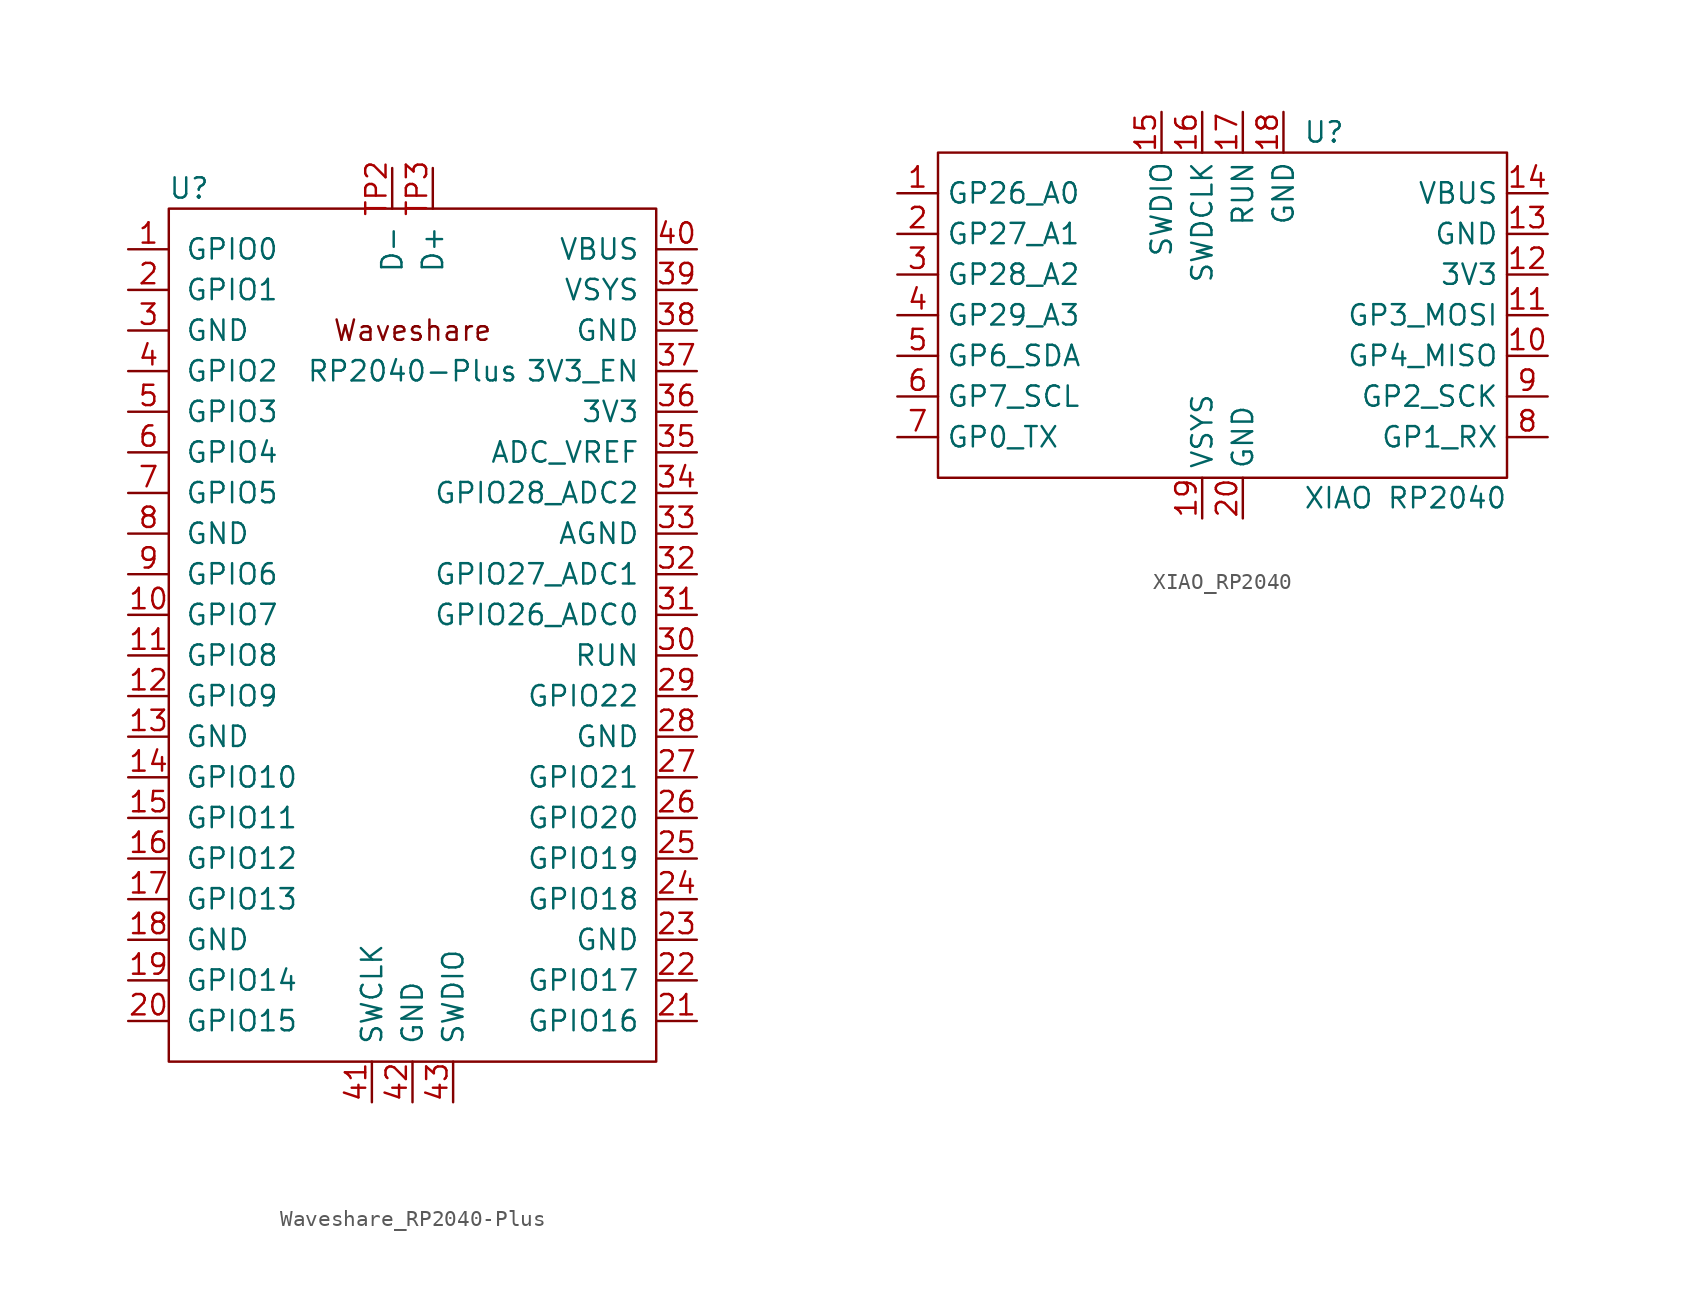
<source format=kicad_sym>
(kicad_symbol_lib
  (version 20231120)
  (generator "kicad_symbol_editor")
  (generator_version "8.0")
  (symbol "Waveshare_RP2040-Plus"
    (pin_names
      (offset 1.016))
    (property "Reference" "U"
      (at -13.97 27.94 0)
      (effects (font (size 1.27 1.27))))
    (property "Value" "RP2040-Plus"
      (at 0 16.51 0)
      (effects (font (size 1.27 1.27))))
    (symbol "Waveshare_RP2040-Plus_1_0"
      (text "Waveshare" (at 0 19.05 0) (effects (font (size 1.27 1.27)))))
    (symbol "Waveshare_RP2040-Plus_1_1"
      (rectangle (start -15.24 26.67) (end 15.24 -26.67) (stroke (width 0) (type default)) (fill (type none)))
      (pin bidirectional line (at -17.78 24.13 0) (length 2.54) (name "GPIO0" (effects (font (size 1.27 1.27)))) (number "1" (effects (font (size 1.27 1.27)))))
      (pin bidirectional line (at -17.78 1.27 0) (length 2.54) (name "GPIO7" (effects (font (size 1.27 1.27)))) (number "10" (effects (font (size 1.27 1.27)))))
      (pin bidirectional line (at -17.78 -1.27 0) (length 2.54) (name "GPIO8" (effects (font (size 1.27 1.27)))) (number "11" (effects (font (size 1.27 1.27)))))
      (pin bidirectional line (at -17.78 -3.81 0) (length 2.54) (name "GPIO9" (effects (font (size 1.27 1.27)))) (number "12" (effects (font (size 1.27 1.27)))))
      (pin power_in line (at -17.78 -6.35 0) (length 2.54) (name "GND" (effects (font (size 1.27 1.27)))) (number "13" (effects (font (size 1.27 1.27)))))
      (pin bidirectional line (at -17.78 -8.89 0) (length 2.54) (name "GPIO10" (effects (font (size 1.27 1.27)))) (number "14" (effects (font (size 1.27 1.27)))))
      (pin bidirectional line (at -17.78 -11.43 0) (length 2.54) (name "GPIO11" (effects (font (size 1.27 1.27)))) (number "15" (effects (font (size 1.27 1.27)))))
      (pin bidirectional line (at -17.78 -13.97 0) (length 2.54) (name "GPIO12" (effects (font (size 1.27 1.27)))) (number "16" (effects (font (size 1.27 1.27)))))
      (pin bidirectional line (at -17.78 -16.51 0) (length 2.54) (name "GPIO13" (effects (font (size 1.27 1.27)))) (number "17" (effects (font (size 1.27 1.27)))))
      (pin power_in line (at -17.78 -19.05 0) (length 2.54) (name "GND" (effects (font (size 1.27 1.27)))) (number "18" (effects (font (size 1.27 1.27)))))
      (pin bidirectional line (at -17.78 -21.59 0) (length 2.54) (name "GPIO14" (effects (font (size 1.27 1.27)))) (number "19" (effects (font (size 1.27 1.27)))))
      (pin bidirectional line (at -17.78 21.59 0) (length 2.54) (name "GPIO1" (effects (font (size 1.27 1.27)))) (number "2" (effects (font (size 1.27 1.27)))))
      (pin bidirectional line (at -17.78 -24.13 0) (length 2.54) (name "GPIO15" (effects (font (size 1.27 1.27)))) (number "20" (effects (font (size 1.27 1.27)))))
      (pin bidirectional line (at 17.78 -24.13 180) (length 2.54) (name "GPIO16" (effects (font (size 1.27 1.27)))) (number "21" (effects (font (size 1.27 1.27)))))
      (pin bidirectional line (at 17.78 -21.59 180) (length 2.54) (name "GPIO17" (effects (font (size 1.27 1.27)))) (number "22" (effects (font (size 1.27 1.27)))))
      (pin power_in line (at 17.78 -19.05 180) (length 2.54) (name "GND" (effects (font (size 1.27 1.27)))) (number "23" (effects (font (size 1.27 1.27)))))
      (pin bidirectional line (at 17.78 -16.51 180) (length 2.54) (name "GPIO18" (effects (font (size 1.27 1.27)))) (number "24" (effects (font (size 1.27 1.27)))))
      (pin bidirectional line (at 17.78 -13.97 180) (length 2.54) (name "GPIO19" (effects (font (size 1.27 1.27)))) (number "25" (effects (font (size 1.27 1.27)))))
      (pin bidirectional line (at 17.78 -11.43 180) (length 2.54) (name "GPIO20" (effects (font (size 1.27 1.27)))) (number "26" (effects (font (size 1.27 1.27)))))
      (pin bidirectional line (at 17.78 -8.89 180) (length 2.54) (name "GPIO21" (effects (font (size 1.27 1.27)))) (number "27" (effects (font (size 1.27 1.27)))))
      (pin power_in line (at 17.78 -6.35 180) (length 2.54) (name "GND" (effects (font (size 1.27 1.27)))) (number "28" (effects (font (size 1.27 1.27)))))
      (pin bidirectional line (at 17.78 -3.81 180) (length 2.54) (name "GPIO22" (effects (font (size 1.27 1.27)))) (number "29" (effects (font (size 1.27 1.27)))))
      (pin power_in line (at -17.78 19.05 0) (length 2.54) (name "GND" (effects (font (size 1.27 1.27)))) (number "3" (effects (font (size 1.27 1.27)))))
      (pin input line (at 17.78 -1.27 180) (length 2.54) (name "RUN" (effects (font (size 1.27 1.27)))) (number "30" (effects (font (size 1.27 1.27)))))
      (pin bidirectional line (at 17.78 1.27 180) (length 2.54) (name "GPIO26_ADC0" (effects (font (size 1.27 1.27)))) (number "31" (effects (font (size 1.27 1.27)))))
      (pin bidirectional line (at 17.78 3.81 180) (length 2.54) (name "GPIO27_ADC1" (effects (font (size 1.27 1.27)))) (number "32" (effects (font (size 1.27 1.27)))))
      (pin power_in line (at 17.78 6.35 180) (length 2.54) (name "AGND" (effects (font (size 1.27 1.27)))) (number "33" (effects (font (size 1.27 1.27)))))
      (pin bidirectional line (at 17.78 8.89 180) (length 2.54) (name "GPIO28_ADC2" (effects (font (size 1.27 1.27)))) (number "34" (effects (font (size 1.27 1.27)))))
      (pin bidirectional line (at 17.78 11.43 180) (length 2.54) (name "ADC_VREF" (effects (font (size 1.27 1.27)))) (number "35" (effects (font (size 1.27 1.27)))))
      (pin power_out line (at 17.78 13.97 180) (length 2.54) (name "3V3" (effects (font (size 1.27 1.27)))) (number "36" (effects (font (size 1.27 1.27)))))
      (pin input line (at 17.78 16.51 180) (length 2.54) (name "3V3_EN" (effects (font (size 1.27 1.27)))) (number "37" (effects (font (size 1.27 1.27)))))
      (pin power_in line (at 17.78 19.05 180) (length 2.54) (name "GND" (effects (font (size 1.27 1.27)))) (number "38" (effects (font (size 1.27 1.27)))))
      (pin passive line (at 17.78 21.59 180) (length 2.54) (name "VSYS" (effects (font (size 1.27 1.27)))) (number "39" (effects (font (size 1.27 1.27)))))
      (pin bidirectional line (at -17.78 16.51 0) (length 2.54) (name "GPIO2" (effects (font (size 1.27 1.27)))) (number "4" (effects (font (size 1.27 1.27)))))
      (pin passive line (at 17.78 24.13 180) (length 2.54) (name "VBUS" (effects (font (size 1.27 1.27)))) (number "40" (effects (font (size 1.27 1.27)))))
      (pin input line (at -2.54 -29.21 90) (length 2.54) (name "SWCLK" (effects (font (size 1.27 1.27)))) (number "41" (effects (font (size 1.27 1.27)))))
      (pin power_in line (at 0 -29.21 90) (length 2.54) (name "GND" (effects (font (size 1.27 1.27)))) (number "42" (effects (font (size 1.27 1.27)))))
      (pin bidirectional line (at 2.54 -29.21 90) (length 2.54) (name "SWDIO" (effects (font (size 1.27 1.27)))) (number "43" (effects (font (size 1.27 1.27)))))
      (pin bidirectional line (at -17.78 13.97 0) (length 2.54) (name "GPIO3" (effects (font (size 1.27 1.27)))) (number "5" (effects (font (size 1.27 1.27)))))
      (pin bidirectional line (at -17.78 11.43 0) (length 2.54) (name "GPIO4" (effects (font (size 1.27 1.27)))) (number "6" (effects (font (size 1.27 1.27)))))
      (pin bidirectional line (at -17.78 8.89 0) (length 2.54) (name "GPIO5" (effects (font (size 1.27 1.27)))) (number "7" (effects (font (size 1.27 1.27)))))
      (pin power_in line (at -17.78 6.35 0) (length 2.54) (name "GND" (effects (font (size 1.27 1.27)))) (number "8" (effects (font (size 1.27 1.27)))))
      (pin bidirectional line (at -17.78 3.81 0) (length 2.54) (name "GPIO6" (effects (font (size 1.27 1.27)))) (number "9" (effects (font (size 1.27 1.27)))))
      (pin bidirectional line (at -1.27 29.21 270) (length 2.54) (name "D-" (effects (font (size 1.27 1.27)))) (number "TP2" (effects (font (size 1.27 1.27)))))
      (pin bidirectional line (at 1.27 29.21 270) (length 2.54) (name "D+" (effects (font (size 1.27 1.27)))) (number "TP3" (effects (font (size 1.27 1.27)))))))
  (symbol "XIAO_RP2040"
    (property "Reference" "U"
      (at 6.35 11.43 0)
      (effects (font (size 1.27 1.27))))
    (property "Value" "XIAO RP2040"
      (at 11.43 -11.43 0)
      (effects (font (size 1.27 1.27))))
    (symbol "XIAO_RP2040_0_1"
      (rectangle (start -17.78 10.16) (end 17.78 -10.16) (stroke (width 0) (type default)) (fill (type none))))
    (symbol "XIAO_RP2040_1_1"
      (pin passive line (at -20.32 7.62 0) (length 2.54) (name "GP26_A0" (effects (font (size 1.27 1.27)))) (number "1" (effects (font (size 1.27 1.27)))))
      (pin passive line (at 20.32 -2.54 180) (length 2.54) (name "GP4_MISO" (effects (font (size 1.27 1.27)))) (number "10" (effects (font (size 1.27 1.27)))))
      (pin passive line (at 20.32 0 180) (length 2.54) (name "GP3_MOSI" (effects (font (size 1.27 1.27)))) (number "11" (effects (font (size 1.27 1.27)))))
      (pin passive line (at 20.32 2.54 180) (length 2.54) (name "3V3" (effects (font (size 1.27 1.27)))) (number "12" (effects (font (size 1.27 1.27)))))
      (pin passive line (at 20.32 5.08 180) (length 2.54) (name "GND" (effects (font (size 1.27 1.27)))) (number "13" (effects (font (size 1.27 1.27)))))
      (pin passive line (at 20.32 7.62 180) (length 2.54) (name "VBUS" (effects (font (size 1.27 1.27)))) (number "14" (effects (font (size 1.27 1.27)))))
      (pin passive line (at -3.81 12.7 270) (length 2.54) (name "SWDIO" (effects (font (size 1.27 1.27)))) (number "15" (effects (font (size 1.27 1.27)))))
      (pin passive line (at -1.27 12.7 270) (length 2.54) (name "SWDCLK" (effects (font (size 1.27 1.27)))) (number "16" (effects (font (size 1.27 1.27)))))
      (pin passive line (at 1.27 12.7 270) (length 2.54) (name "RUN" (effects (font (size 1.27 1.27)))) (number "17" (effects (font (size 1.27 1.27)))))
      (pin passive line (at 3.81 12.7 270) (length 2.54) (name "GND" (effects (font (size 1.27 1.27)))) (number "18" (effects (font (size 1.27 1.27)))))
      (pin passive line (at -1.27 -12.7 90) (length 2.54) (name "VSYS" (effects (font (size 1.27 1.27)))) (number "19" (effects (font (size 1.27 1.27)))))
      (pin passive line (at -20.32 5.08 0) (length 2.54) (name "GP27_A1" (effects (font (size 1.27 1.27)))) (number "2" (effects (font (size 1.27 1.27)))))
      (pin passive line (at 1.27 -12.7 90) (length 2.54) (name "GND" (effects (font (size 1.27 1.27)))) (number "20" (effects (font (size 1.27 1.27)))))
      (pin passive line (at -20.32 2.54 0) (length 2.54) (name "GP28_A2" (effects (font (size 1.27 1.27)))) (number "3" (effects (font (size 1.27 1.27)))))
      (pin passive line (at -20.32 0 0) (length 2.54) (name "GP29_A3" (effects (font (size 1.27 1.27)))) (number "4" (effects (font (size 1.27 1.27)))))
      (pin passive line (at -20.32 -2.54 0) (length 2.54) (name "GP6_SDA" (effects (font (size 1.27 1.27)))) (number "5" (effects (font (size 1.27 1.27)))))
      (pin passive line (at -20.32 -5.08 0) (length 2.54) (name "GP7_SCL" (effects (font (size 1.27 1.27)))) (number "6" (effects (font (size 1.27 1.27)))))
      (pin passive line (at -20.32 -7.62 0) (length 2.54) (name "GP0_TX" (effects (font (size 1.27 1.27)))) (number "7" (effects (font (size 1.27 1.27)))))
      (pin passive line (at 20.32 -7.62 180) (length 2.54) (name "GP1_RX" (effects (font (size 1.27 1.27)))) (number "8" (effects (font (size 1.27 1.27)))))
      (pin passive line (at 20.32 -5.08 180) (length 2.54) (name "GP2_SCK" (effects (font (size 1.27 1.27)))) (number "9" (effects (font (size 1.27 1.27))))))))
</source>
